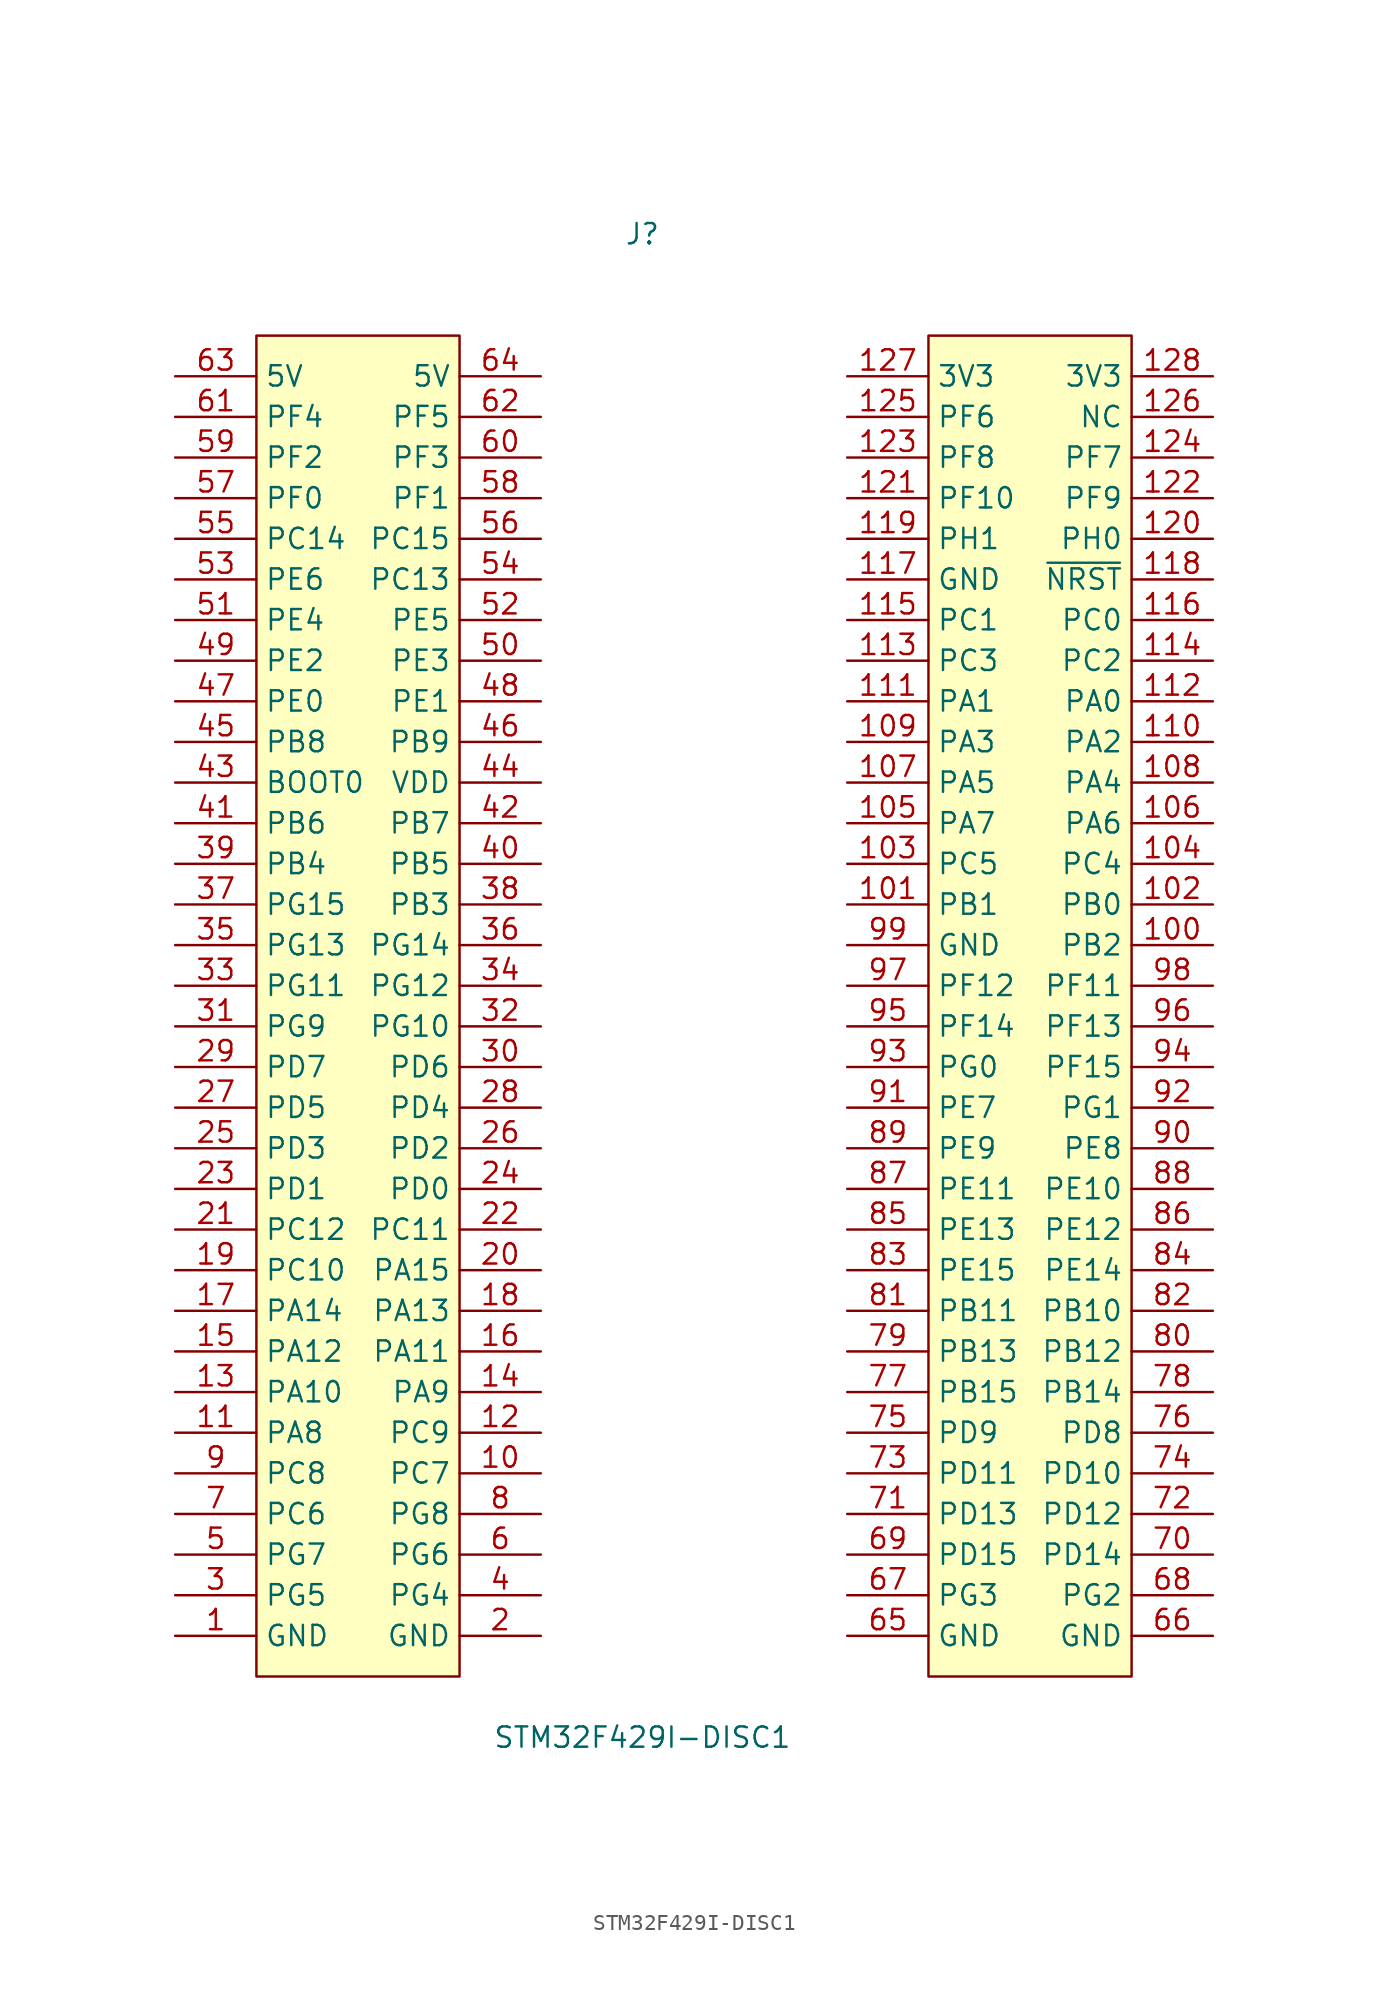
<source format=kicad_sym>
(kicad_symbol_lib
  (version 20231120)
  (generator "kicad_symbol_editor")
  (generator_version "8.0")
  (symbol "STM32F429I-DISC1"
    (property "Reference" "J"
      (at 22.86 -5.08 0)
      (effects (font (size 1.27 1.27))))
    (property "Value" "STM32F429I-DISC1"
      (at 22.86 -99.06 0)
      (effects (font (size 1.27 1.27))))
    (symbol "STM32F429I-DISC1_0_1"
      (rectangle (start -1.27 -11.43) (end 11.43 -95.25) (stroke (width 0) (type default)) (fill (type background)))
      (rectangle (start 40.742 -11.43) (end 53.442 -95.25) (stroke (width 0) (type default)) (fill (type background))))
    (symbol "STM32F429I-DISC1_1_1"
      (pin input line (at -6.35 -92.71 0) (length 5.08) (name "GND" (effects (font (size 1.27 1.27)))) (number "1" (effects (font (size 1.27 1.27)))))
      (pin input line (at 16.51 -82.55 180) (length 5.08) (name "PC7" (effects (font (size 1.27 1.27)))) (number "10" (effects (font (size 1.27 1.27)))))
      (pin input line (at 58.522 -49.53 180) (length 5.08) (name "PB2" (effects (font (size 1.27 1.27)))) (number "100" (effects (font (size 1.27 1.27)))))
      (pin input line (at 35.662 -46.99 0) (length 5.08) (name "PB1" (effects (font (size 1.27 1.27)))) (number "101" (effects (font (size 1.27 1.27)))))
      (pin input line (at 58.522 -46.99 180) (length 5.08) (name "PB0" (effects (font (size 1.27 1.27)))) (number "102" (effects (font (size 1.27 1.27)))))
      (pin input line (at 35.662 -44.45 0) (length 5.08) (name "PC5" (effects (font (size 1.27 1.27)))) (number "103" (effects (font (size 1.27 1.27)))))
      (pin input line (at 58.522 -44.45 180) (length 5.08) (name "PC4" (effects (font (size 1.27 1.27)))) (number "104" (effects (font (size 1.27 1.27)))))
      (pin input line (at 35.662 -41.91 0) (length 5.08) (name "PA7" (effects (font (size 1.27 1.27)))) (number "105" (effects (font (size 1.27 1.27)))))
      (pin input line (at 58.522 -41.91 180) (length 5.08) (name "PA6" (effects (font (size 1.27 1.27)))) (number "106" (effects (font (size 1.27 1.27)))))
      (pin input line (at 35.662 -39.37 0) (length 5.08) (name "PA5" (effects (font (size 1.27 1.27)))) (number "107" (effects (font (size 1.27 1.27)))))
      (pin input line (at 58.522 -39.37 180) (length 5.08) (name "PA4" (effects (font (size 1.27 1.27)))) (number "108" (effects (font (size 1.27 1.27)))))
      (pin input line (at 35.662 -36.83 0) (length 5.08) (name "PA3" (effects (font (size 1.27 1.27)))) (number "109" (effects (font (size 1.27 1.27)))))
      (pin input line (at -6.35 -80.01 0) (length 5.08) (name "PA8" (effects (font (size 1.27 1.27)))) (number "11" (effects (font (size 1.27 1.27)))))
      (pin input line (at 58.522 -36.83 180) (length 5.08) (name "PA2" (effects (font (size 1.27 1.27)))) (number "110" (effects (font (size 1.27 1.27)))))
      (pin input line (at 35.662 -34.29 0) (length 5.08) (name "PA1" (effects (font (size 1.27 1.27)))) (number "111" (effects (font (size 1.27 1.27)))))
      (pin input line (at 58.522 -34.29 180) (length 5.08) (name "PA0" (effects (font (size 1.27 1.27)))) (number "112" (effects (font (size 1.27 1.27)))))
      (pin input line (at 35.662 -31.75 0) (length 5.08) (name "PC3" (effects (font (size 1.27 1.27)))) (number "113" (effects (font (size 1.27 1.27)))))
      (pin input line (at 58.522 -31.75 180) (length 5.08) (name "PC2" (effects (font (size 1.27 1.27)))) (number "114" (effects (font (size 1.27 1.27)))))
      (pin input line (at 35.662 -29.21 0) (length 5.08) (name "PC1" (effects (font (size 1.27 1.27)))) (number "115" (effects (font (size 1.27 1.27)))))
      (pin input line (at 58.522 -29.21 180) (length 5.08) (name "PC0" (effects (font (size 1.27 1.27)))) (number "116" (effects (font (size 1.27 1.27)))))
      (pin input line (at 35.662 -26.67 0) (length 5.08) (name "GND" (effects (font (size 1.27 1.27)))) (number "117" (effects (font (size 1.27 1.27)))))
      (pin input line (at 58.522 -26.67 180) (length 5.08) (name "~{NRST}" (effects (font (size 1.27 1.27)))) (number "118" (effects (font (size 1.27 1.27)))))
      (pin input line (at 35.662 -24.13 0) (length 5.08) (name "PH1" (effects (font (size 1.27 1.27)))) (number "119" (effects (font (size 1.27 1.27)))))
      (pin input line (at 16.51 -80.01 180) (length 5.08) (name "PC9" (effects (font (size 1.27 1.27)))) (number "12" (effects (font (size 1.27 1.27)))))
      (pin input line (at 58.522 -24.13 180) (length 5.08) (name "PH0" (effects (font (size 1.27 1.27)))) (number "120" (effects (font (size 1.27 1.27)))))
      (pin input line (at 35.662 -21.59 0) (length 5.08) (name "PF10" (effects (font (size 1.27 1.27)))) (number "121" (effects (font (size 1.27 1.27)))))
      (pin input line (at 58.522 -21.59 180) (length 5.08) (name "PF9" (effects (font (size 1.27 1.27)))) (number "122" (effects (font (size 1.27 1.27)))))
      (pin input line (at 35.662 -19.05 0) (length 5.08) (name "PF8" (effects (font (size 1.27 1.27)))) (number "123" (effects (font (size 1.27 1.27)))))
      (pin input line (at 58.522 -19.05 180) (length 5.08) (name "PF7" (effects (font (size 1.27 1.27)))) (number "124" (effects (font (size 1.27 1.27)))))
      (pin input line (at 35.662 -16.51 0) (length 5.08) (name "PF6" (effects (font (size 1.27 1.27)))) (number "125" (effects (font (size 1.27 1.27)))))
      (pin input line (at 58.522 -16.51 180) (length 5.08) (name "NC" (effects (font (size 1.27 1.27)))) (number "126" (effects (font (size 1.27 1.27)))))
      (pin input line (at 35.662 -13.97 0) (length 5.08) (name "3V3" (effects (font (size 1.27 1.27)))) (number "127" (effects (font (size 1.27 1.27)))))
      (pin input line (at 58.522 -13.97 180) (length 5.08) (name "3V3" (effects (font (size 1.27 1.27)))) (number "128" (effects (font (size 1.27 1.27)))))
      (pin input line (at -6.35 -77.47 0) (length 5.08) (name "PA10" (effects (font (size 1.27 1.27)))) (number "13" (effects (font (size 1.27 1.27)))))
      (pin input line (at 16.51 -77.47 180) (length 5.08) (name "PA9" (effects (font (size 1.27 1.27)))) (number "14" (effects (font (size 1.27 1.27)))))
      (pin input line (at -6.35 -74.93 0) (length 5.08) (name "PA12" (effects (font (size 1.27 1.27)))) (number "15" (effects (font (size 1.27 1.27)))))
      (pin input line (at 16.51 -74.93 180) (length 5.08) (name "PA11" (effects (font (size 1.27 1.27)))) (number "16" (effects (font (size 1.27 1.27)))))
      (pin input line (at -6.35 -72.39 0) (length 5.08) (name "PA14" (effects (font (size 1.27 1.27)))) (number "17" (effects (font (size 1.27 1.27)))))
      (pin input line (at 16.51 -72.39 180) (length 5.08) (name "PA13" (effects (font (size 1.27 1.27)))) (number "18" (effects (font (size 1.27 1.27)))))
      (pin input line (at -6.35 -69.85 0) (length 5.08) (name "PC10" (effects (font (size 1.27 1.27)))) (number "19" (effects (font (size 1.27 1.27)))))
      (pin input line (at 16.51 -92.71 180) (length 5.08) (name "GND" (effects (font (size 1.27 1.27)))) (number "2" (effects (font (size 1.27 1.27)))))
      (pin input line (at 16.51 -69.85 180) (length 5.08) (name "PA15" (effects (font (size 1.27 1.27)))) (number "20" (effects (font (size 1.27 1.27)))))
      (pin input line (at -6.35 -67.31 0) (length 5.08) (name "PC12" (effects (font (size 1.27 1.27)))) (number "21" (effects (font (size 1.27 1.27)))))
      (pin input line (at 16.51 -67.31 180) (length 5.08) (name "PC11" (effects (font (size 1.27 1.27)))) (number "22" (effects (font (size 1.27 1.27)))))
      (pin input line (at -6.35 -64.77 0) (length 5.08) (name "PD1" (effects (font (size 1.27 1.27)))) (number "23" (effects (font (size 1.27 1.27)))))
      (pin input line (at 16.51 -64.77 180) (length 5.08) (name "PD0" (effects (font (size 1.27 1.27)))) (number "24" (effects (font (size 1.27 1.27)))))
      (pin input line (at -6.35 -62.23 0) (length 5.08) (name "PD3" (effects (font (size 1.27 1.27)))) (number "25" (effects (font (size 1.27 1.27)))))
      (pin input line (at 16.51 -62.23 180) (length 5.08) (name "PD2" (effects (font (size 1.27 1.27)))) (number "26" (effects (font (size 1.27 1.27)))))
      (pin input line (at -6.35 -59.69 0) (length 5.08) (name "PD5" (effects (font (size 1.27 1.27)))) (number "27" (effects (font (size 1.27 1.27)))))
      (pin input line (at 16.51 -59.69 180) (length 5.08) (name "PD4" (effects (font (size 1.27 1.27)))) (number "28" (effects (font (size 1.27 1.27)))))
      (pin input line (at -6.35 -57.15 0) (length 5.08) (name "PD7" (effects (font (size 1.27 1.27)))) (number "29" (effects (font (size 1.27 1.27)))))
      (pin input line (at -6.35 -90.17 0) (length 5.08) (name "PG5" (effects (font (size 1.27 1.27)))) (number "3" (effects (font (size 1.27 1.27)))))
      (pin input line (at 16.51 -57.15 180) (length 5.08) (name "PD6" (effects (font (size 1.27 1.27)))) (number "30" (effects (font (size 1.27 1.27)))))
      (pin input line (at -6.35 -54.61 0) (length 5.08) (name "PG9" (effects (font (size 1.27 1.27)))) (number "31" (effects (font (size 1.27 1.27)))))
      (pin input line (at 16.51 -54.61 180) (length 5.08) (name "PG10" (effects (font (size 1.27 1.27)))) (number "32" (effects (font (size 1.27 1.27)))))
      (pin input line (at -6.35 -52.07 0) (length 5.08) (name "PG11" (effects (font (size 1.27 1.27)))) (number "33" (effects (font (size 1.27 1.27)))))
      (pin input line (at 16.51 -52.07 180) (length 5.08) (name "PG12" (effects (font (size 1.27 1.27)))) (number "34" (effects (font (size 1.27 1.27)))))
      (pin input line (at -6.35 -49.53 0) (length 5.08) (name "PG13" (effects (font (size 1.27 1.27)))) (number "35" (effects (font (size 1.27 1.27)))))
      (pin input line (at 16.51 -49.53 180) (length 5.08) (name "PG14" (effects (font (size 1.27 1.27)))) (number "36" (effects (font (size 1.27 1.27)))))
      (pin input line (at -6.35 -46.99 0) (length 5.08) (name "PG15" (effects (font (size 1.27 1.27)))) (number "37" (effects (font (size 1.27 1.27)))))
      (pin input line (at 16.51 -46.99 180) (length 5.08) (name "PB3" (effects (font (size 1.27 1.27)))) (number "38" (effects (font (size 1.27 1.27)))))
      (pin input line (at -6.35 -44.45 0) (length 5.08) (name "PB4" (effects (font (size 1.27 1.27)))) (number "39" (effects (font (size 1.27 1.27)))))
      (pin input line (at 16.51 -90.17 180) (length 5.08) (name "PG4" (effects (font (size 1.27 1.27)))) (number "4" (effects (font (size 1.27 1.27)))))
      (pin input line (at 16.51 -44.45 180) (length 5.08) (name "PB5" (effects (font (size 1.27 1.27)))) (number "40" (effects (font (size 1.27 1.27)))))
      (pin input line (at -6.35 -41.91 0) (length 5.08) (name "PB6" (effects (font (size 1.27 1.27)))) (number "41" (effects (font (size 1.27 1.27)))))
      (pin input line (at 16.51 -41.91 180) (length 5.08) (name "PB7" (effects (font (size 1.27 1.27)))) (number "42" (effects (font (size 1.27 1.27)))))
      (pin input line (at -6.35 -39.37 0) (length 5.08) (name "BOOT0" (effects (font (size 1.27 1.27)))) (number "43" (effects (font (size 1.27 1.27)))))
      (pin input line (at 16.51 -39.37 180) (length 5.08) (name "VDD" (effects (font (size 1.27 1.27)))) (number "44" (effects (font (size 1.27 1.27)))))
      (pin input line (at -6.35 -36.83 0) (length 5.08) (name "PB8" (effects (font (size 1.27 1.27)))) (number "45" (effects (font (size 1.27 1.27)))))
      (pin input line (at 16.51 -36.83 180) (length 5.08) (name "PB9" (effects (font (size 1.27 1.27)))) (number "46" (effects (font (size 1.27 1.27)))))
      (pin input line (at -6.35 -34.29 0) (length 5.08) (name "PE0" (effects (font (size 1.27 1.27)))) (number "47" (effects (font (size 1.27 1.27)))))
      (pin input line (at 16.51 -34.29 180) (length 5.08) (name "PE1" (effects (font (size 1.27 1.27)))) (number "48" (effects (font (size 1.27 1.27)))))
      (pin input line (at -6.35 -31.75 0) (length 5.08) (name "PE2" (effects (font (size 1.27 1.27)))) (number "49" (effects (font (size 1.27 1.27)))))
      (pin input line (at -6.35 -87.63 0) (length 5.08) (name "PG7" (effects (font (size 1.27 1.27)))) (number "5" (effects (font (size 1.27 1.27)))))
      (pin input line (at 16.51 -31.75 180) (length 5.08) (name "PE3" (effects (font (size 1.27 1.27)))) (number "50" (effects (font (size 1.27 1.27)))))
      (pin input line (at -6.35 -29.21 0) (length 5.08) (name "PE4" (effects (font (size 1.27 1.27)))) (number "51" (effects (font (size 1.27 1.27)))))
      (pin input line (at 16.51 -29.21 180) (length 5.08) (name "PE5" (effects (font (size 1.27 1.27)))) (number "52" (effects (font (size 1.27 1.27)))))
      (pin input line (at -6.35 -26.67 0) (length 5.08) (name "PE6" (effects (font (size 1.27 1.27)))) (number "53" (effects (font (size 1.27 1.27)))))
      (pin input line (at 16.51 -26.67 180) (length 5.08) (name "PC13" (effects (font (size 1.27 1.27)))) (number "54" (effects (font (size 1.27 1.27)))))
      (pin input line (at -6.35 -24.13 0) (length 5.08) (name "PC14" (effects (font (size 1.27 1.27)))) (number "55" (effects (font (size 1.27 1.27)))))
      (pin input line (at 16.51 -24.13 180) (length 5.08) (name "PC15" (effects (font (size 1.27 1.27)))) (number "56" (effects (font (size 1.27 1.27)))))
      (pin input line (at -6.35 -21.59 0) (length 5.08) (name "PF0" (effects (font (size 1.27 1.27)))) (number "57" (effects (font (size 1.27 1.27)))))
      (pin input line (at 16.51 -21.59 180) (length 5.08) (name "PF1" (effects (font (size 1.27 1.27)))) (number "58" (effects (font (size 1.27 1.27)))))
      (pin input line (at -6.35 -19.05 0) (length 5.08) (name "PF2" (effects (font (size 1.27 1.27)))) (number "59" (effects (font (size 1.27 1.27)))))
      (pin input line (at 16.51 -87.63 180) (length 5.08) (name "PG6" (effects (font (size 1.27 1.27)))) (number "6" (effects (font (size 1.27 1.27)))))
      (pin input line (at 16.51 -19.05 180) (length 5.08) (name "PF3" (effects (font (size 1.27 1.27)))) (number "60" (effects (font (size 1.27 1.27)))))
      (pin input line (at -6.35 -16.51 0) (length 5.08) (name "PF4" (effects (font (size 1.27 1.27)))) (number "61" (effects (font (size 1.27 1.27)))))
      (pin input line (at 16.51 -16.51 180) (length 5.08) (name "PF5" (effects (font (size 1.27 1.27)))) (number "62" (effects (font (size 1.27 1.27)))))
      (pin input line (at -6.35 -13.97 0) (length 5.08) (name "5V" (effects (font (size 1.27 1.27)))) (number "63" (effects (font (size 1.27 1.27)))))
      (pin input line (at 16.51 -13.97 180) (length 5.08) (name "5V" (effects (font (size 1.27 1.27)))) (number "64" (effects (font (size 1.27 1.27)))))
      (pin input line (at 35.662 -92.71 0) (length 5.08) (name "GND" (effects (font (size 1.27 1.27)))) (number "65" (effects (font (size 1.27 1.27)))))
      (pin input line (at 58.522 -92.71 180) (length 5.08) (name "GND" (effects (font (size 1.27 1.27)))) (number "66" (effects (font (size 1.27 1.27)))))
      (pin input line (at 35.662 -90.17 0) (length 5.08) (name "PG3" (effects (font (size 1.27 1.27)))) (number "67" (effects (font (size 1.27 1.27)))))
      (pin input line (at 58.522 -90.17 180) (length 5.08) (name "PG2" (effects (font (size 1.27 1.27)))) (number "68" (effects (font (size 1.27 1.27)))))
      (pin input line (at 35.662 -87.63 0) (length 5.08) (name "PD15" (effects (font (size 1.27 1.27)))) (number "69" (effects (font (size 1.27 1.27)))))
      (pin input line (at -6.35 -85.09 0) (length 5.08) (name "PC6" (effects (font (size 1.27 1.27)))) (number "7" (effects (font (size 1.27 1.27)))))
      (pin input line (at 58.522 -87.63 180) (length 5.08) (name "PD14" (effects (font (size 1.27 1.27)))) (number "70" (effects (font (size 1.27 1.27)))))
      (pin input line (at 35.662 -85.09 0) (length 5.08) (name "PD13" (effects (font (size 1.27 1.27)))) (number "71" (effects (font (size 1.27 1.27)))))
      (pin input line (at 58.522 -85.09 180) (length 5.08) (name "PD12" (effects (font (size 1.27 1.27)))) (number "72" (effects (font (size 1.27 1.27)))))
      (pin input line (at 35.662 -82.55 0) (length 5.08) (name "PD11" (effects (font (size 1.27 1.27)))) (number "73" (effects (font (size 1.27 1.27)))))
      (pin input line (at 58.522 -82.55 180) (length 5.08) (name "PD10" (effects (font (size 1.27 1.27)))) (number "74" (effects (font (size 1.27 1.27)))))
      (pin input line (at 35.662 -80.01 0) (length 5.08) (name "PD9" (effects (font (size 1.27 1.27)))) (number "75" (effects (font (size 1.27 1.27)))))
      (pin input line (at 58.522 -80.01 180) (length 5.08) (name "PD8" (effects (font (size 1.27 1.27)))) (number "76" (effects (font (size 1.27 1.27)))))
      (pin input line (at 35.662 -77.47 0) (length 5.08) (name "PB15" (effects (font (size 1.27 1.27)))) (number "77" (effects (font (size 1.27 1.27)))))
      (pin input line (at 58.522 -77.47 180) (length 5.08) (name "PB14" (effects (font (size 1.27 1.27)))) (number "78" (effects (font (size 1.27 1.27)))))
      (pin input line (at 35.662 -74.93 0) (length 5.08) (name "PB13" (effects (font (size 1.27 1.27)))) (number "79" (effects (font (size 1.27 1.27)))))
      (pin input line (at 16.51 -85.09 180) (length 5.08) (name "PG8" (effects (font (size 1.27 1.27)))) (number "8" (effects (font (size 1.27 1.27)))))
      (pin input line (at 58.522 -74.93 180) (length 5.08) (name "PB12" (effects (font (size 1.27 1.27)))) (number "80" (effects (font (size 1.27 1.27)))))
      (pin input line (at 35.662 -72.39 0) (length 5.08) (name "PB11" (effects (font (size 1.27 1.27)))) (number "81" (effects (font (size 1.27 1.27)))))
      (pin input line (at 58.522 -72.39 180) (length 5.08) (name "PB10" (effects (font (size 1.27 1.27)))) (number "82" (effects (font (size 1.27 1.27)))))
      (pin input line (at 35.662 -69.85 0) (length 5.08) (name "PE15" (effects (font (size 1.27 1.27)))) (number "83" (effects (font (size 1.27 1.27)))))
      (pin input line (at 58.522 -69.85 180) (length 5.08) (name "PE14" (effects (font (size 1.27 1.27)))) (number "84" (effects (font (size 1.27 1.27)))))
      (pin input line (at 35.662 -67.31 0) (length 5.08) (name "PE13" (effects (font (size 1.27 1.27)))) (number "85" (effects (font (size 1.27 1.27)))))
      (pin input line (at 58.522 -67.31 180) (length 5.08) (name "PE12" (effects (font (size 1.27 1.27)))) (number "86" (effects (font (size 1.27 1.27)))))
      (pin input line (at 35.662 -64.77 0) (length 5.08) (name "PE11" (effects (font (size 1.27 1.27)))) (number "87" (effects (font (size 1.27 1.27)))))
      (pin input line (at 58.522 -64.77 180) (length 5.08) (name "PE10" (effects (font (size 1.27 1.27)))) (number "88" (effects (font (size 1.27 1.27)))))
      (pin input line (at 35.662 -62.23 0) (length 5.08) (name "PE9" (effects (font (size 1.27 1.27)))) (number "89" (effects (font (size 1.27 1.27)))))
      (pin input line (at -6.35 -82.55 0) (length 5.08) (name "PC8" (effects (font (size 1.27 1.27)))) (number "9" (effects (font (size 1.27 1.27)))))
      (pin input line (at 58.522 -62.23 180) (length 5.08) (name "PE8" (effects (font (size 1.27 1.27)))) (number "90" (effects (font (size 1.27 1.27)))))
      (pin input line (at 35.662 -59.69 0) (length 5.08) (name "PE7" (effects (font (size 1.27 1.27)))) (number "91" (effects (font (size 1.27 1.27)))))
      (pin input line (at 58.522 -59.69 180) (length 5.08) (name "PG1" (effects (font (size 1.27 1.27)))) (number "92" (effects (font (size 1.27 1.27)))))
      (pin input line (at 35.662 -57.15 0) (length 5.08) (name "PG0" (effects (font (size 1.27 1.27)))) (number "93" (effects (font (size 1.27 1.27)))))
      (pin input line (at 58.522 -57.15 180) (length 5.08) (name "PF15" (effects (font (size 1.27 1.27)))) (number "94" (effects (font (size 1.27 1.27)))))
      (pin input line (at 35.662 -54.61 0) (length 5.08) (name "PF14" (effects (font (size 1.27 1.27)))) (number "95" (effects (font (size 1.27 1.27)))))
      (pin input line (at 58.522 -54.61 180) (length 5.08) (name "PF13" (effects (font (size 1.27 1.27)))) (number "96" (effects (font (size 1.27 1.27)))))
      (pin input line (at 35.662 -52.07 0) (length 5.08) (name "PF12" (effects (font (size 1.27 1.27)))) (number "97" (effects (font (size 1.27 1.27)))))
      (pin input line (at 58.522 -52.07 180) (length 5.08) (name "PF11" (effects (font (size 1.27 1.27)))) (number "98" (effects (font (size 1.27 1.27)))))
      (pin input line (at 35.662 -49.53 0) (length 5.08) (name "GND" (effects (font (size 1.27 1.27)))) (number "99" (effects (font (size 1.27 1.27))))))))
</source>
